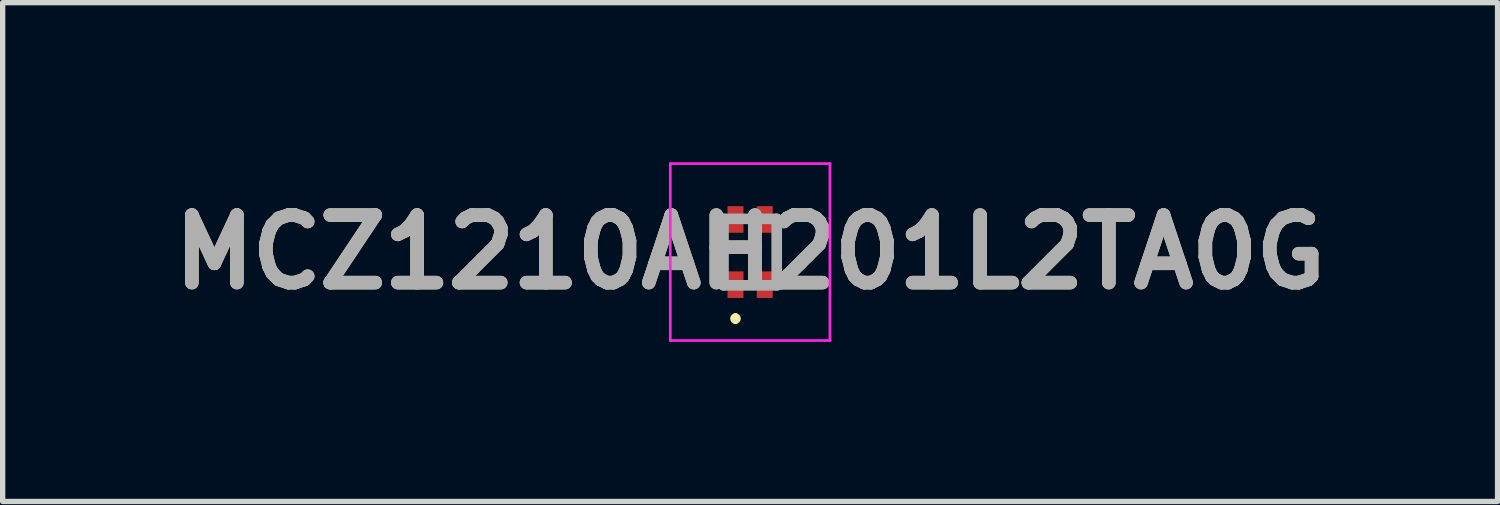
<source format=kicad_pcb>
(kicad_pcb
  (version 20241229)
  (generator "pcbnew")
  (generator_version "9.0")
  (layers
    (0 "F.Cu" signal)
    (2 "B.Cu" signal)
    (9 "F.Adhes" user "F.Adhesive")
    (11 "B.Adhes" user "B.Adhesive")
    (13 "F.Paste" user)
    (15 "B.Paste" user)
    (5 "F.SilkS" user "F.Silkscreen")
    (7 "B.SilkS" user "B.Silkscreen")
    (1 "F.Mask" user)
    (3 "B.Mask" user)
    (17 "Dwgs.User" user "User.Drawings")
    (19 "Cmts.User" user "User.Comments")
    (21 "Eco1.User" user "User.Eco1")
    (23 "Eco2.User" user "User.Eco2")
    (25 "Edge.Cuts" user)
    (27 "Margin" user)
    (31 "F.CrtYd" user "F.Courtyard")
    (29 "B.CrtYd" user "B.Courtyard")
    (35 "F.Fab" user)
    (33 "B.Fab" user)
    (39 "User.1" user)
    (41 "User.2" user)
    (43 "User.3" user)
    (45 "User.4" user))
  (footprint "MCZ1210AH201L2TA0G"
    (layer "F.Cu")
    (at 11.049 1.688)
    (property "Reference" "MCZ1210AH201L2TA0G" (at 0 0 0) (layer "F.SilkS") (effects (font (size 1.27 1.27) (thickness 0.254))))
    (attr smd)
    (fp_line (start -0.275 1.2) (end -0.275 1.2) (stroke (width 0.1) (type solid)) (layer "F.SilkS"))
    (fp_line (start -0.275 1.3) (end -0.275 1.3) (stroke (width 0.1) (type solid)) (layer "F.SilkS"))
    (fp_arc (start -0.275 1.2) (mid -0.225 1.25) (end -0.275 1.3) (stroke (width 0.1) (type solid)) (layer "F.SilkS"))
    (fp_arc (start -0.275 1.3) (mid -0.325 1.25) (end -0.275 1.2) (stroke (width 0.1) (type solid)) (layer "F.SilkS"))
    (fp_line (start -1.5 -1.663) (end -1.5 1.663) (stroke (width 0.05) (type solid)) (layer "F.CrtYd"))
    (fp_line (start -1.5 1.663) (end 1.5 1.663) (stroke (width 0.05) (type solid)) (layer "F.CrtYd"))
    (fp_line (start 1.5 -1.663) (end -1.5 -1.663) (stroke (width 0.05) (type solid)) (layer "F.CrtYd"))
    (fp_line (start 1.5 1.663) (end 1.5 -1.663) (stroke (width 0.05) (type solid)) (layer "F.CrtYd"))
    (fp_line (start -0.5 -0.625) (end -0.5 0.625) (stroke (width 0.2) (type solid)) (layer "F.Fab"))
    (fp_line (start -0.5 0.625) (end 0.5 0.625) (stroke (width 0.2) (type solid)) (layer "F.Fab"))
    (fp_line (start 0.5 -0.625) (end -0.5 -0.625) (stroke (width 0.2) (type solid)) (layer "F.Fab"))
    (fp_line (start 0.5 0.625) (end 0.5 -0.625) (stroke (width 0.2) (type solid)) (layer "F.Fab"))
    (fp_text user "${REFERENCE}" (at 0 0 0) (layer "F.Fab") (effects (font (size 1.27 1.27) (thickness 0.254))))
    (pad "1" smd rect (at -0.275 0.613) (size 0.3 0.5) (layers "F.Cu" "F.Mask" "F.Paste"))
    (pad "2" smd rect (at 0.275 0.613) (size 0.3 0.5) (layers "F.Cu" "F.Mask" "F.Paste"))
    (pad "3" smd rect (at 0.275 -0.613) (size 0.3 0.5) (layers "F.Cu" "F.Mask" "F.Paste"))
    (pad "4" smd rect (at -0.275 -0.613) (size 0.3 0.5) (layers "F.Cu" "F.Mask" "F.Paste")))
  (gr_rect
    (start -3 -3)
    (end 25.098 6.376)
    (stroke (width 0.1) (type default))
    (fill no)
    (layer "Edge.Cuts")))
</source>
